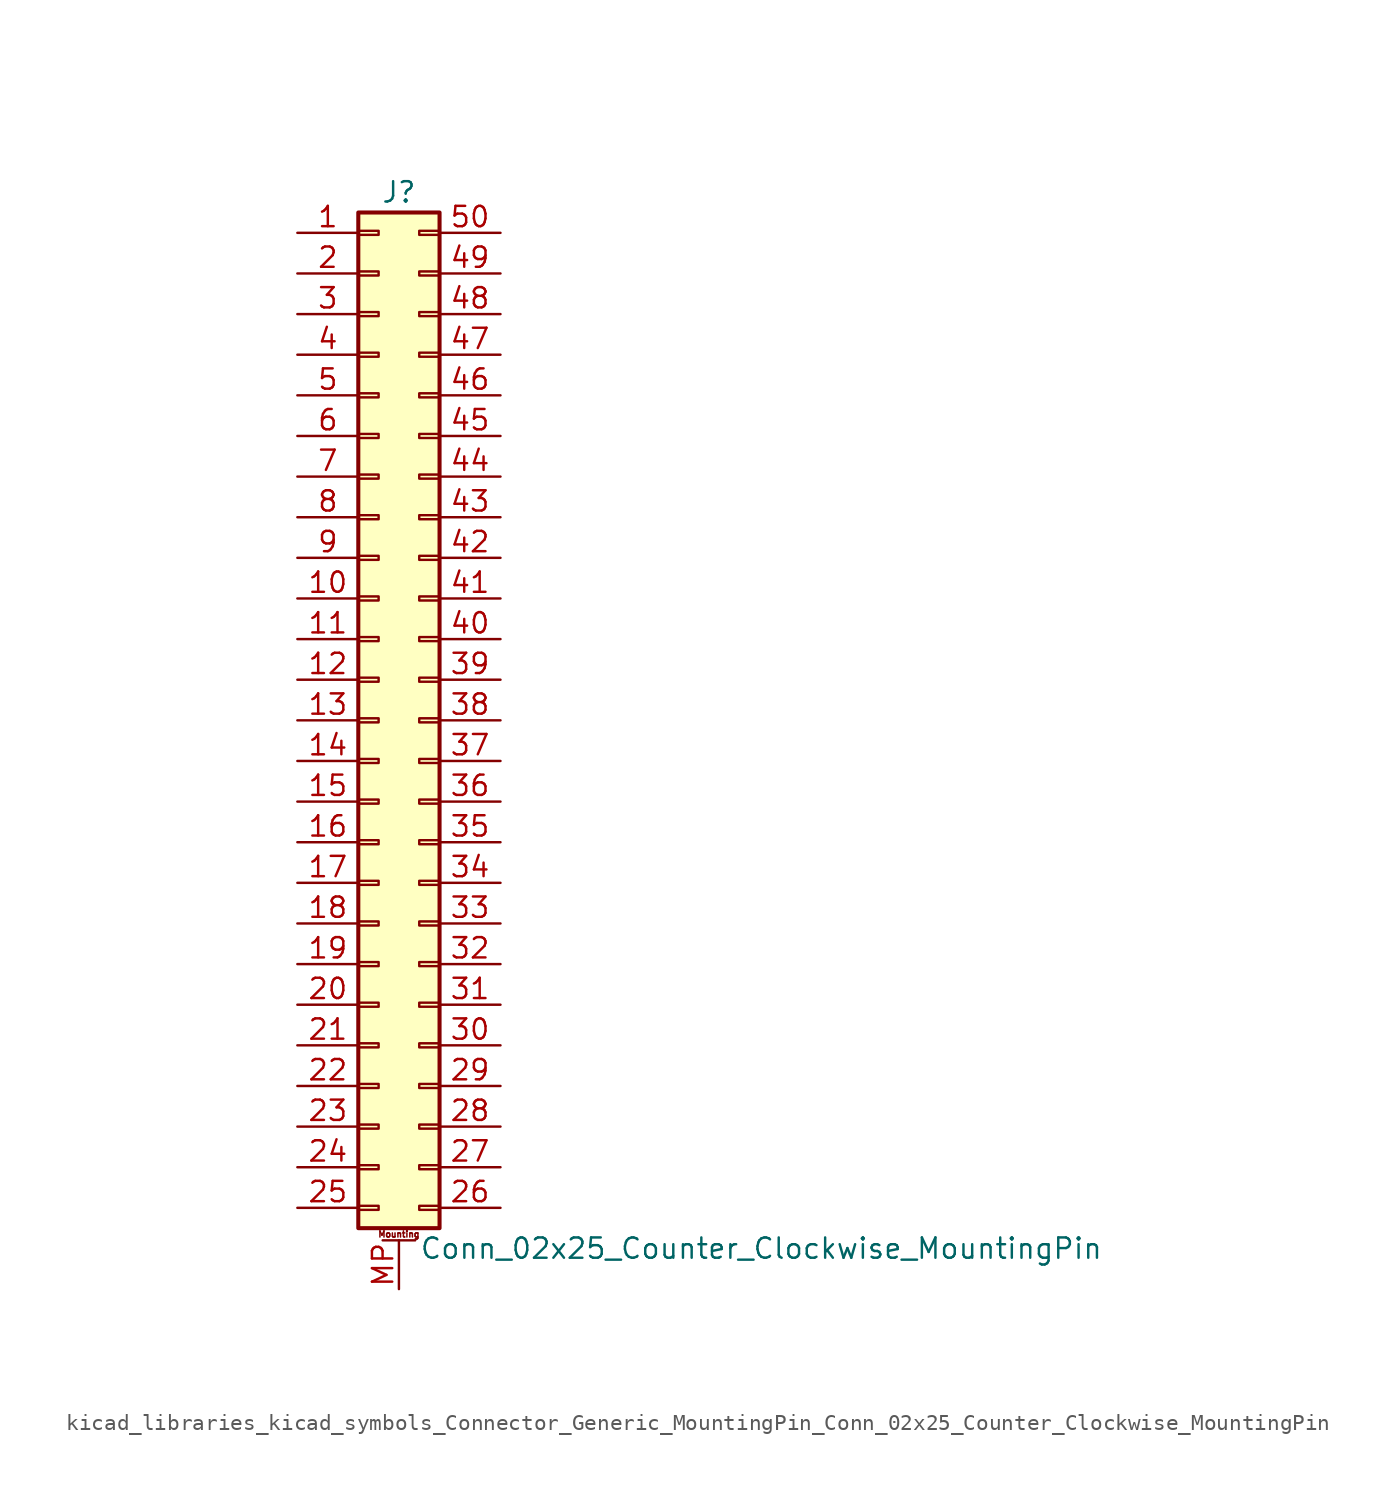
<source format=kicad_sym>
(kicad_symbol_lib
  (version 20220914)
  (generator kicad_symbol_editor)
  (symbol "kicad_libraries_kicad_symbols_Connector_Generic_MountingPin_Conn_02x25_Counter_Clockwise_MountingPin"
    (pin_names
      (offset 1.016) hide)
    (property "Reference" "J"
      (at 1.27 33.02 0)
      (effects (font (size 1.27 1.27))))
    (property "Value" "Conn_02x25_Counter_Clockwise_MountingPin"
      (at 2.54 -33.02 0)
      (effects (font (size 1.27 1.27)) (justify left)))
    (symbol "kicad_libraries_kicad_symbols_Connector_Generic_MountingPin_Conn_02x25_Counter_Clockwise_MountingPin_1_1"
      (rectangle (start -1.27 -30.353) (end 0 -30.607) (stroke (width 0.152) (type default)) (fill (type none)))
      (rectangle (start -1.27 -27.813) (end 0 -28.067) (stroke (width 0.152) (type default)) (fill (type none)))
      (rectangle (start -1.27 -25.273) (end 0 -25.527) (stroke (width 0.152) (type default)) (fill (type none)))
      (rectangle (start -1.27 -22.733) (end 0 -22.987) (stroke (width 0.152) (type default)) (fill (type none)))
      (rectangle (start -1.27 -20.193) (end 0 -20.447) (stroke (width 0.152) (type default)) (fill (type none)))
      (rectangle (start -1.27 -17.653) (end 0 -17.907) (stroke (width 0.152) (type default)) (fill (type none)))
      (rectangle (start -1.27 -15.113) (end 0 -15.367) (stroke (width 0.152) (type default)) (fill (type none)))
      (rectangle (start -1.27 -12.573) (end 0 -12.827) (stroke (width 0.152) (type default)) (fill (type none)))
      (rectangle (start -1.27 -10.033) (end 0 -10.287) (stroke (width 0.152) (type default)) (fill (type none)))
      (rectangle (start -1.27 -7.493) (end 0 -7.747) (stroke (width 0.152) (type default)) (fill (type none)))
      (rectangle (start -1.27 -4.953) (end 0 -5.207) (stroke (width 0.152) (type default)) (fill (type none)))
      (rectangle (start -1.27 -2.413) (end 0 -2.667) (stroke (width 0.152) (type default)) (fill (type none)))
      (rectangle (start -1.27 0.127) (end 0 -0.127) (stroke (width 0.152) (type default)) (fill (type none)))
      (rectangle (start -1.27 2.667) (end 0 2.413) (stroke (width 0.152) (type default)) (fill (type none)))
      (rectangle (start -1.27 5.207) (end 0 4.953) (stroke (width 0.152) (type default)) (fill (type none)))
      (rectangle (start -1.27 7.747) (end 0 7.493) (stroke (width 0.152) (type default)) (fill (type none)))
      (rectangle (start -1.27 10.287) (end 0 10.033) (stroke (width 0.152) (type default)) (fill (type none)))
      (rectangle (start -1.27 12.827) (end 0 12.573) (stroke (width 0.152) (type default)) (fill (type none)))
      (rectangle (start -1.27 15.367) (end 0 15.113) (stroke (width 0.152) (type default)) (fill (type none)))
      (rectangle (start -1.27 17.907) (end 0 17.653) (stroke (width 0.152) (type default)) (fill (type none)))
      (rectangle (start -1.27 20.447) (end 0 20.193) (stroke (width 0.152) (type default)) (fill (type none)))
      (rectangle (start -1.27 22.987) (end 0 22.733) (stroke (width 0.152) (type default)) (fill (type none)))
      (rectangle (start -1.27 25.527) (end 0 25.273) (stroke (width 0.152) (type default)) (fill (type none)))
      (rectangle (start -1.27 28.067) (end 0 27.813) (stroke (width 0.152) (type default)) (fill (type none)))
      (rectangle (start -1.27 30.607) (end 0 30.353) (stroke (width 0.152) (type default)) (fill (type none)))
      (rectangle (start -1.27 31.75) (end 3.81 -31.75) (stroke (width 0.254) (type default)) (fill (type background)))
      (polyline (pts (xy 0.254 -32.512) (xy 2.286 -32.512)) (stroke (width 0.152) (type default)) (fill (type none)))
      (rectangle (start 3.81 -30.353) (end 2.54 -30.607) (stroke (width 0.152) (type default)) (fill (type none)))
      (rectangle (start 3.81 -27.813) (end 2.54 -28.067) (stroke (width 0.152) (type default)) (fill (type none)))
      (rectangle (start 3.81 -25.273) (end 2.54 -25.527) (stroke (width 0.152) (type default)) (fill (type none)))
      (rectangle (start 3.81 -22.733) (end 2.54 -22.987) (stroke (width 0.152) (type default)) (fill (type none)))
      (rectangle (start 3.81 -20.193) (end 2.54 -20.447) (stroke (width 0.152) (type default)) (fill (type none)))
      (rectangle (start 3.81 -17.653) (end 2.54 -17.907) (stroke (width 0.152) (type default)) (fill (type none)))
      (rectangle (start 3.81 -15.113) (end 2.54 -15.367) (stroke (width 0.152) (type default)) (fill (type none)))
      (rectangle (start 3.81 -12.573) (end 2.54 -12.827) (stroke (width 0.152) (type default)) (fill (type none)))
      (rectangle (start 3.81 -10.033) (end 2.54 -10.287) (stroke (width 0.152) (type default)) (fill (type none)))
      (rectangle (start 3.81 -7.493) (end 2.54 -7.747) (stroke (width 0.152) (type default)) (fill (type none)))
      (rectangle (start 3.81 -4.953) (end 2.54 -5.207) (stroke (width 0.152) (type default)) (fill (type none)))
      (rectangle (start 3.81 -2.413) (end 2.54 -2.667) (stroke (width 0.152) (type default)) (fill (type none)))
      (rectangle (start 3.81 0.127) (end 2.54 -0.127) (stroke (width 0.152) (type default)) (fill (type none)))
      (rectangle (start 3.81 2.667) (end 2.54 2.413) (stroke (width 0.152) (type default)) (fill (type none)))
      (rectangle (start 3.81 5.207) (end 2.54 4.953) (stroke (width 0.152) (type default)) (fill (type none)))
      (rectangle (start 3.81 7.747) (end 2.54 7.493) (stroke (width 0.152) (type default)) (fill (type none)))
      (rectangle (start 3.81 10.287) (end 2.54 10.033) (stroke (width 0.152) (type default)) (fill (type none)))
      (rectangle (start 3.81 12.827) (end 2.54 12.573) (stroke (width 0.152) (type default)) (fill (type none)))
      (rectangle (start 3.81 15.367) (end 2.54 15.113) (stroke (width 0.152) (type default)) (fill (type none)))
      (rectangle (start 3.81 17.907) (end 2.54 17.653) (stroke (width 0.152) (type default)) (fill (type none)))
      (rectangle (start 3.81 20.447) (end 2.54 20.193) (stroke (width 0.152) (type default)) (fill (type none)))
      (rectangle (start 3.81 22.987) (end 2.54 22.733) (stroke (width 0.152) (type default)) (fill (type none)))
      (rectangle (start 3.81 25.527) (end 2.54 25.273) (stroke (width 0.152) (type default)) (fill (type none)))
      (rectangle (start 3.81 28.067) (end 2.54 27.813) (stroke (width 0.152) (type default)) (fill (type none)))
      (rectangle (start 3.81 30.607) (end 2.54 30.353) (stroke (width 0.152) (type default)) (fill (type none)))
      (text "Mounting" (at 1.27 -32.131 0) (effects (font (size 0.381 0.381))))
      (pin passive line (at -5.08 30.48 0) (length 3.81) (name "Pin_1" (effects (font (size 1.27 1.27)))) (number "1" (effects (font (size 1.27 1.27)))))
      (pin passive line (at -5.08 7.62 0) (length 3.81) (name "Pin_10" (effects (font (size 1.27 1.27)))) (number "10" (effects (font (size 1.27 1.27)))))
      (pin passive line (at -5.08 5.08 0) (length 3.81) (name "Pin_11" (effects (font (size 1.27 1.27)))) (number "11" (effects (font (size 1.27 1.27)))))
      (pin passive line (at -5.08 2.54 0) (length 3.81) (name "Pin_12" (effects (font (size 1.27 1.27)))) (number "12" (effects (font (size 1.27 1.27)))))
      (pin passive line (at -5.08 0 0) (length 3.81) (name "Pin_13" (effects (font (size 1.27 1.27)))) (number "13" (effects (font (size 1.27 1.27)))))
      (pin passive line (at -5.08 -2.54 0) (length 3.81) (name "Pin_14" (effects (font (size 1.27 1.27)))) (number "14" (effects (font (size 1.27 1.27)))))
      (pin passive line (at -5.08 -5.08 0) (length 3.81) (name "Pin_15" (effects (font (size 1.27 1.27)))) (number "15" (effects (font (size 1.27 1.27)))))
      (pin passive line (at -5.08 -7.62 0) (length 3.81) (name "Pin_16" (effects (font (size 1.27 1.27)))) (number "16" (effects (font (size 1.27 1.27)))))
      (pin passive line (at -5.08 -10.16 0) (length 3.81) (name "Pin_17" (effects (font (size 1.27 1.27)))) (number "17" (effects (font (size 1.27 1.27)))))
      (pin passive line (at -5.08 -12.7 0) (length 3.81) (name "Pin_18" (effects (font (size 1.27 1.27)))) (number "18" (effects (font (size 1.27 1.27)))))
      (pin passive line (at -5.08 -15.24 0) (length 3.81) (name "Pin_19" (effects (font (size 1.27 1.27)))) (number "19" (effects (font (size 1.27 1.27)))))
      (pin passive line (at -5.08 27.94 0) (length 3.81) (name "Pin_2" (effects (font (size 1.27 1.27)))) (number "2" (effects (font (size 1.27 1.27)))))
      (pin passive line (at -5.08 -17.78 0) (length 3.81) (name "Pin_20" (effects (font (size 1.27 1.27)))) (number "20" (effects (font (size 1.27 1.27)))))
      (pin passive line (at -5.08 -20.32 0) (length 3.81) (name "Pin_21" (effects (font (size 1.27 1.27)))) (number "21" (effects (font (size 1.27 1.27)))))
      (pin passive line (at -5.08 -22.86 0) (length 3.81) (name "Pin_22" (effects (font (size 1.27 1.27)))) (number "22" (effects (font (size 1.27 1.27)))))
      (pin passive line (at -5.08 -25.4 0) (length 3.81) (name "Pin_23" (effects (font (size 1.27 1.27)))) (number "23" (effects (font (size 1.27 1.27)))))
      (pin passive line (at -5.08 -27.94 0) (length 3.81) (name "Pin_24" (effects (font (size 1.27 1.27)))) (number "24" (effects (font (size 1.27 1.27)))))
      (pin passive line (at -5.08 -30.48 0) (length 3.81) (name "Pin_25" (effects (font (size 1.27 1.27)))) (number "25" (effects (font (size 1.27 1.27)))))
      (pin passive line (at 7.62 -30.48 180) (length 3.81) (name "Pin_26" (effects (font (size 1.27 1.27)))) (number "26" (effects (font (size 1.27 1.27)))))
      (pin passive line (at 7.62 -27.94 180) (length 3.81) (name "Pin_27" (effects (font (size 1.27 1.27)))) (number "27" (effects (font (size 1.27 1.27)))))
      (pin passive line (at 7.62 -25.4 180) (length 3.81) (name "Pin_28" (effects (font (size 1.27 1.27)))) (number "28" (effects (font (size 1.27 1.27)))))
      (pin passive line (at 7.62 -22.86 180) (length 3.81) (name "Pin_29" (effects (font (size 1.27 1.27)))) (number "29" (effects (font (size 1.27 1.27)))))
      (pin passive line (at -5.08 25.4 0) (length 3.81) (name "Pin_3" (effects (font (size 1.27 1.27)))) (number "3" (effects (font (size 1.27 1.27)))))
      (pin passive line (at 7.62 -20.32 180) (length 3.81) (name "Pin_30" (effects (font (size 1.27 1.27)))) (number "30" (effects (font (size 1.27 1.27)))))
      (pin passive line (at 7.62 -17.78 180) (length 3.81) (name "Pin_31" (effects (font (size 1.27 1.27)))) (number "31" (effects (font (size 1.27 1.27)))))
      (pin passive line (at 7.62 -15.24 180) (length 3.81) (name "Pin_32" (effects (font (size 1.27 1.27)))) (number "32" (effects (font (size 1.27 1.27)))))
      (pin passive line (at 7.62 -12.7 180) (length 3.81) (name "Pin_33" (effects (font (size 1.27 1.27)))) (number "33" (effects (font (size 1.27 1.27)))))
      (pin passive line (at 7.62 -10.16 180) (length 3.81) (name "Pin_34" (effects (font (size 1.27 1.27)))) (number "34" (effects (font (size 1.27 1.27)))))
      (pin passive line (at 7.62 -7.62 180) (length 3.81) (name "Pin_35" (effects (font (size 1.27 1.27)))) (number "35" (effects (font (size 1.27 1.27)))))
      (pin passive line (at 7.62 -5.08 180) (length 3.81) (name "Pin_36" (effects (font (size 1.27 1.27)))) (number "36" (effects (font (size 1.27 1.27)))))
      (pin passive line (at 7.62 -2.54 180) (length 3.81) (name "Pin_37" (effects (font (size 1.27 1.27)))) (number "37" (effects (font (size 1.27 1.27)))))
      (pin passive line (at 7.62 0 180) (length 3.81) (name "Pin_38" (effects (font (size 1.27 1.27)))) (number "38" (effects (font (size 1.27 1.27)))))
      (pin passive line (at 7.62 2.54 180) (length 3.81) (name "Pin_39" (effects (font (size 1.27 1.27)))) (number "39" (effects (font (size 1.27 1.27)))))
      (pin passive line (at -5.08 22.86 0) (length 3.81) (name "Pin_4" (effects (font (size 1.27 1.27)))) (number "4" (effects (font (size 1.27 1.27)))))
      (pin passive line (at 7.62 5.08 180) (length 3.81) (name "Pin_40" (effects (font (size 1.27 1.27)))) (number "40" (effects (font (size 1.27 1.27)))))
      (pin passive line (at 7.62 7.62 180) (length 3.81) (name "Pin_41" (effects (font (size 1.27 1.27)))) (number "41" (effects (font (size 1.27 1.27)))))
      (pin passive line (at 7.62 10.16 180) (length 3.81) (name "Pin_42" (effects (font (size 1.27 1.27)))) (number "42" (effects (font (size 1.27 1.27)))))
      (pin passive line (at 7.62 12.7 180) (length 3.81) (name "Pin_43" (effects (font (size 1.27 1.27)))) (number "43" (effects (font (size 1.27 1.27)))))
      (pin passive line (at 7.62 15.24 180) (length 3.81) (name "Pin_44" (effects (font (size 1.27 1.27)))) (number "44" (effects (font (size 1.27 1.27)))))
      (pin passive line (at 7.62 17.78 180) (length 3.81) (name "Pin_45" (effects (font (size 1.27 1.27)))) (number "45" (effects (font (size 1.27 1.27)))))
      (pin passive line (at 7.62 20.32 180) (length 3.81) (name "Pin_46" (effects (font (size 1.27 1.27)))) (number "46" (effects (font (size 1.27 1.27)))))
      (pin passive line (at 7.62 22.86 180) (length 3.81) (name "Pin_47" (effects (font (size 1.27 1.27)))) (number "47" (effects (font (size 1.27 1.27)))))
      (pin passive line (at 7.62 25.4 180) (length 3.81) (name "Pin_48" (effects (font (size 1.27 1.27)))) (number "48" (effects (font (size 1.27 1.27)))))
      (pin passive line (at 7.62 27.94 180) (length 3.81) (name "Pin_49" (effects (font (size 1.27 1.27)))) (number "49" (effects (font (size 1.27 1.27)))))
      (pin passive line (at -5.08 20.32 0) (length 3.81) (name "Pin_5" (effects (font (size 1.27 1.27)))) (number "5" (effects (font (size 1.27 1.27)))))
      (pin passive line (at 7.62 30.48 180) (length 3.81) (name "Pin_50" (effects (font (size 1.27 1.27)))) (number "50" (effects (font (size 1.27 1.27)))))
      (pin passive line (at -5.08 17.78 0) (length 3.81) (name "Pin_6" (effects (font (size 1.27 1.27)))) (number "6" (effects (font (size 1.27 1.27)))))
      (pin passive line (at -5.08 15.24 0) (length 3.81) (name "Pin_7" (effects (font (size 1.27 1.27)))) (number "7" (effects (font (size 1.27 1.27)))))
      (pin passive line (at -5.08 12.7 0) (length 3.81) (name "Pin_8" (effects (font (size 1.27 1.27)))) (number "8" (effects (font (size 1.27 1.27)))))
      (pin passive line (at -5.08 10.16 0) (length 3.81) (name "Pin_9" (effects (font (size 1.27 1.27)))) (number "9" (effects (font (size 1.27 1.27)))))
      (pin passive line (at 1.27 -35.56 90) (length 3.048) (name "MountPin" (effects (font (size 1.27 1.27)))) (number "MP" (effects (font (size 1.27 1.27))))))))
</source>
